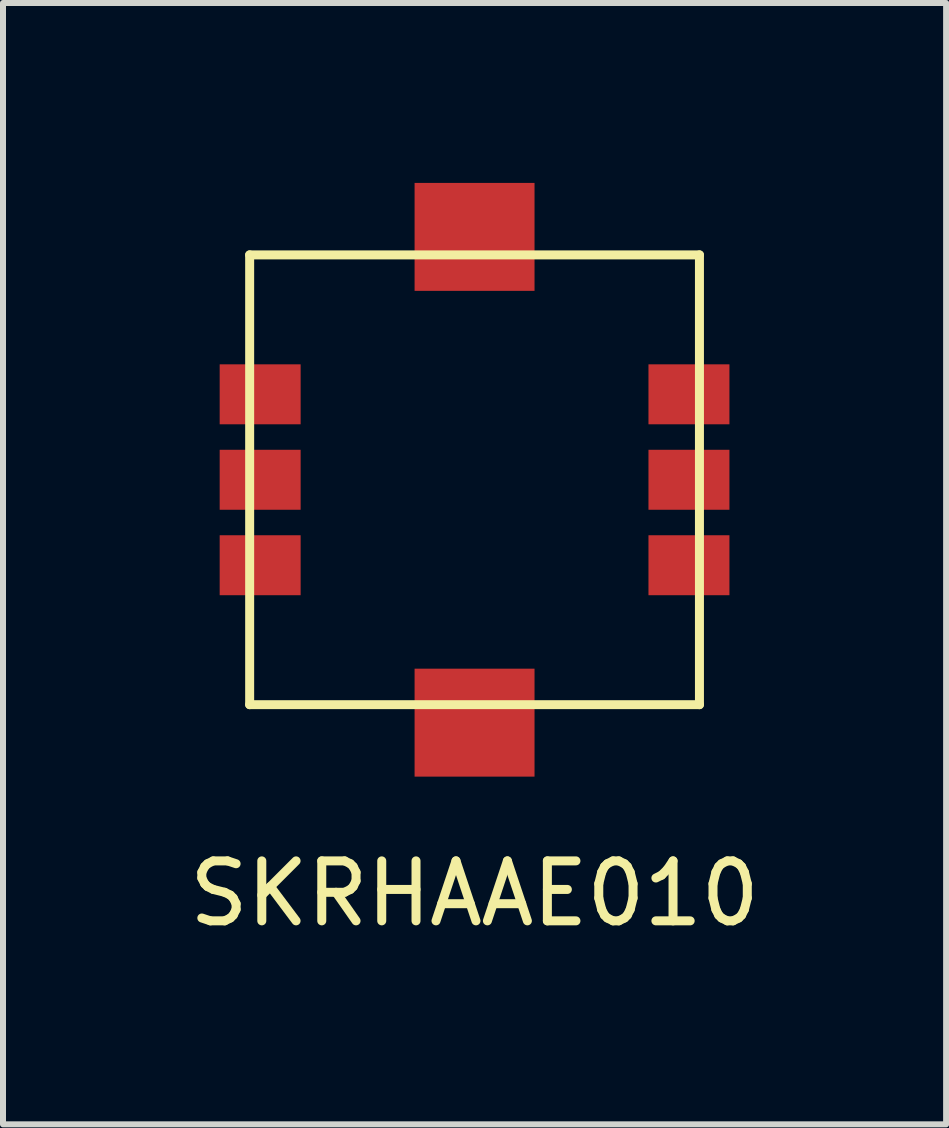
<source format=kicad_pcb>
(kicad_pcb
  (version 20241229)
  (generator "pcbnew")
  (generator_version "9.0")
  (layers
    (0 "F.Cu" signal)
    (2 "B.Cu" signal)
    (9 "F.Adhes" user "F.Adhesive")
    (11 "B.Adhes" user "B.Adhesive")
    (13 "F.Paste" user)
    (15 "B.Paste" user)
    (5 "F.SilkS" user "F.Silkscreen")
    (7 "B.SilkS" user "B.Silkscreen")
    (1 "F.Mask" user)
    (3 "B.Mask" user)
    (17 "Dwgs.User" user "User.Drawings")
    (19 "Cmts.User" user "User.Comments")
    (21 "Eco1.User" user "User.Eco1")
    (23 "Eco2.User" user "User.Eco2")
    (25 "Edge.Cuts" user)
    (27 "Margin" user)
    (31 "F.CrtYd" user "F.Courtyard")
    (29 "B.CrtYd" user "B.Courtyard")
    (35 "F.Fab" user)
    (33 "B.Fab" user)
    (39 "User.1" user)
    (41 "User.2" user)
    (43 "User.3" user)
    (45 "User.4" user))
  (footprint "SKRHAAE010"
    (layer "F.Cu")
    (at 4.863 4.95)
    (property "Reference" "SKRHAAE010" (at 0 6.9 0) (layer "F.SilkS") (effects (font (size 1 1) (thickness 0.15))))
    (attr through_hole)
    (fp_line (start -3.75 -3.75) (end 3.75 -3.75) (stroke (width 0.15) (type solid)) (layer "F.SilkS"))
    (fp_line (start -3.75 3.75) (end -3.75 -3.75) (stroke (width 0.15) (type solid)) (layer "F.SilkS"))
    (fp_line (start 3.75 -3.75) (end 3.75 3.75) (stroke (width 0.15) (type solid)) (layer "F.SilkS"))
    (fp_line (start 3.75 3.75) (end -3.75 3.75) (stroke (width 0.15) (type solid)) (layer "F.SilkS"))
    (pad "" smd rect (at 0 -4.05) (size 2 1.8) (layers "F.Cu" "F.Mask" "F.Paste"))
    (pad "" smd rect (at 0 4.05) (size 2 1.8) (layers "F.Cu" "F.Mask" "F.Paste"))
    (pad "1" smd rect (at -3.575 -1.425) (size 1.35 1) (layers "F.Cu" "F.Mask" "F.Paste"))
    (pad "2" smd rect (at -3.575 0) (size 1.35 1) (layers "F.Cu" "F.Mask" "F.Paste"))
    (pad "3" smd rect (at -3.575 1.425) (size 1.35 1) (layers "F.Cu" "F.Mask" "F.Paste"))
    (pad "4" smd rect (at 3.575 -1.425) (size 1.35 1) (layers "F.Cu" "F.Mask" "F.Paste"))
    (pad "5" smd rect (at 3.575 0) (size 1.35 1) (layers "F.Cu" "F.Mask" "F.Paste"))
    (pad "6" smd rect (at 3.575 1.425) (size 1.35 1) (layers "F.Cu" "F.Mask" "F.Paste")))
  (gr_rect
    (start -3 -3)
    (end 12.726 15.698)
    (stroke (width 0.1) (type default))
    (fill no)
    (layer "Edge.Cuts")))
</source>
